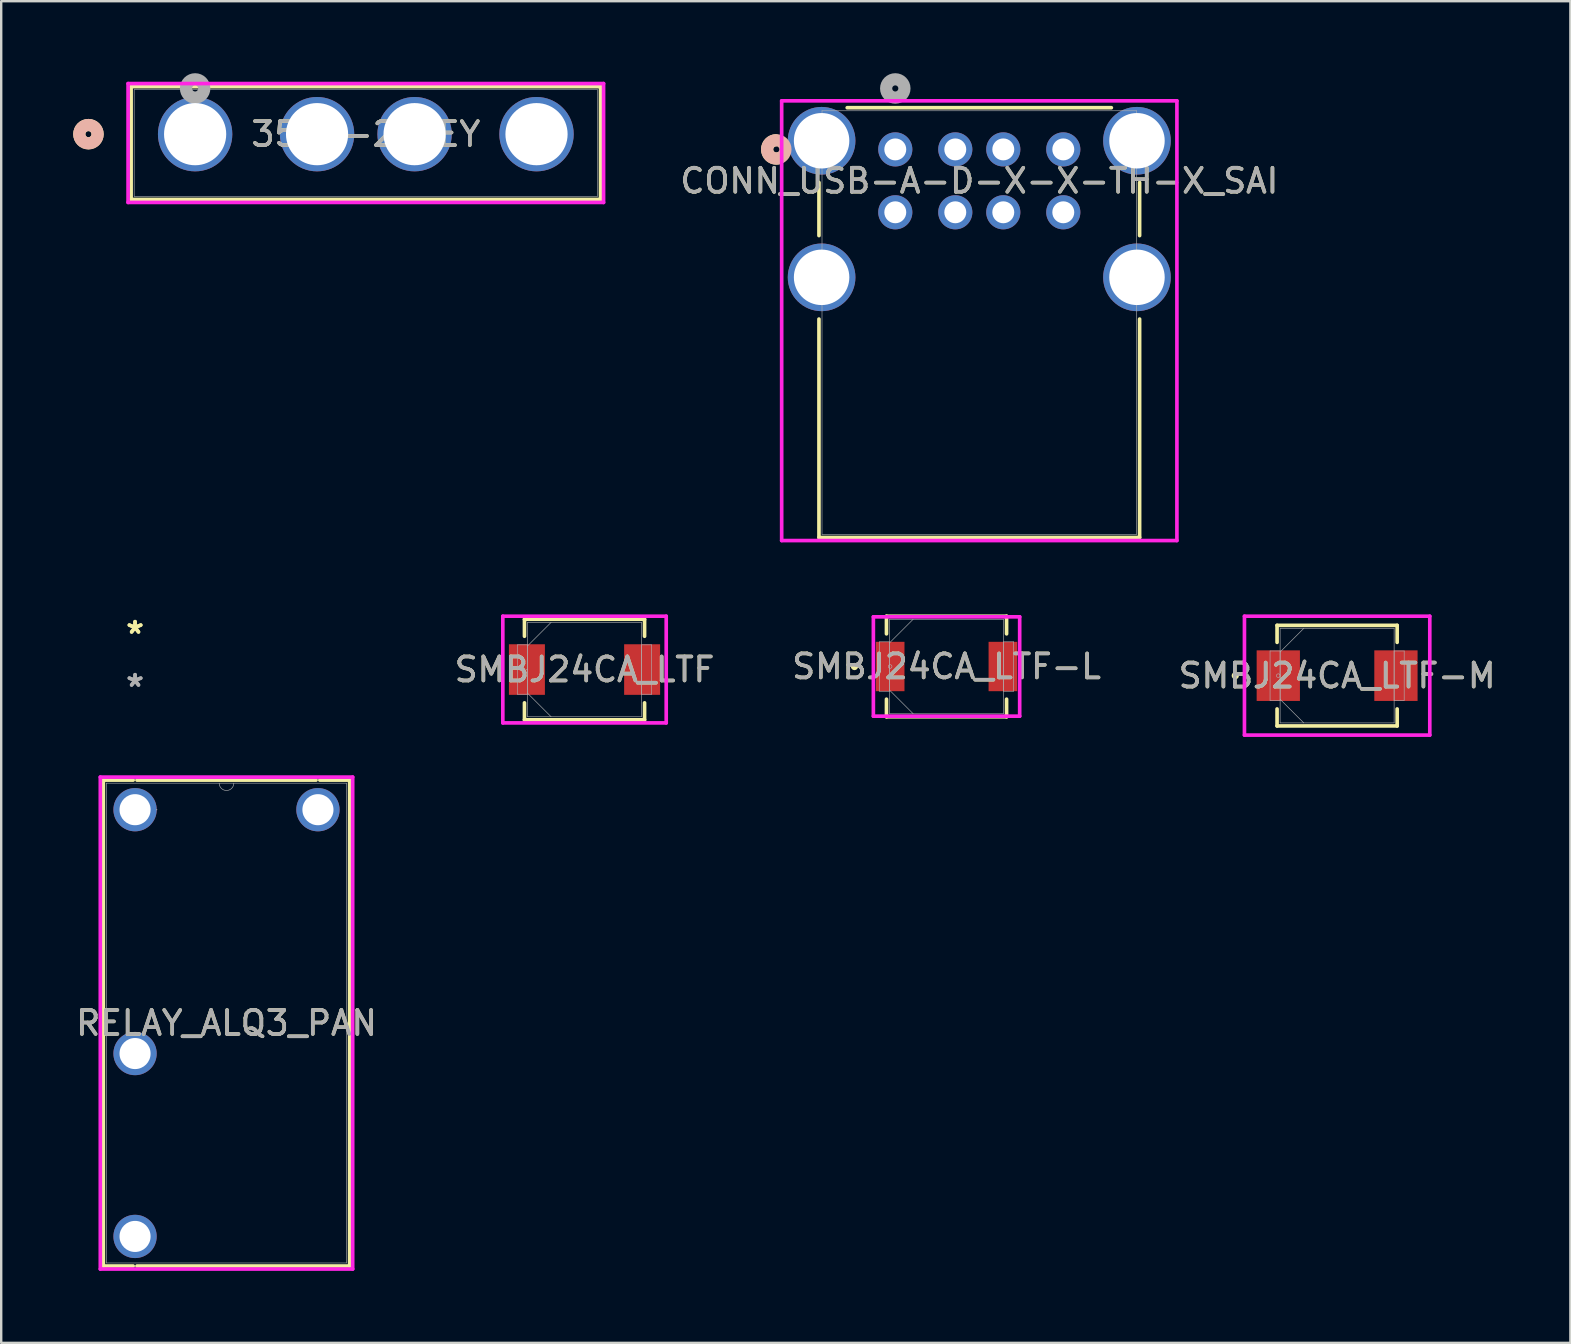
<source format=kicad_pcb>
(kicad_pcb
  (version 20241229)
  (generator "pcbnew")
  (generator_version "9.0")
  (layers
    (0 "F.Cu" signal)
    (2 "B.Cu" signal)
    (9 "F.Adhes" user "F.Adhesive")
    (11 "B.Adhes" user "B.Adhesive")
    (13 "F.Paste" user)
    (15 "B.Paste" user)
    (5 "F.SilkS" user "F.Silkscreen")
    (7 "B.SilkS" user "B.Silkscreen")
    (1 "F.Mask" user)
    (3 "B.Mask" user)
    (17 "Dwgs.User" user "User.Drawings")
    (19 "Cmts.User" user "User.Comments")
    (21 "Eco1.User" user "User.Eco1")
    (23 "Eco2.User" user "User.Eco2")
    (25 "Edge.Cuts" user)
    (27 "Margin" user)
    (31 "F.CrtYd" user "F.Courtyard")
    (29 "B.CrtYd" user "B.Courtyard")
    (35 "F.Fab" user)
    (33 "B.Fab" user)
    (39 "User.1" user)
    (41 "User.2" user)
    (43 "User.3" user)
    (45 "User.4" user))
  (footprint "3522-2_KEY"
    (layer "F.Cu")
    (at 5.08 2.54)
    (property "Reference" "3522-2_KEY" (at 7.112 0 0) (unlocked yes) (layer "F.SilkS") (effects (font (size 1 1) (thickness 0.15))))
    (attr through_hole)
    (fp_line (start -2.667 -1.981) (end -2.667 2.718) (stroke (width 0.152) (type solid)) (layer "F.SilkS"))
    (fp_line (start -2.667 2.718) (end 16.891 2.718) (stroke (width 0.152) (type solid)) (layer "F.SilkS"))
    (fp_line (start 16.891 -1.981) (end -2.667 -1.981) (stroke (width 0.152) (type solid)) (layer "F.SilkS"))
    (fp_line (start 16.891 2.718) (end 16.891 -1.981) (stroke (width 0.152) (type solid)) (layer "F.SilkS"))
    (fp_circle (center -4.445 0) (end -4.064 0) (stroke (width 0.508) (type solid)) (fill no) (layer "F.SilkS"))
    (fp_circle (center -4.445 0) (end -4.064 0) (stroke (width 0.508) (type solid)) (fill no) (layer "B.SilkS"))
    (fp_line (start -2.794 -2.108) (end -2.794 2.845) (stroke (width 0.152) (type solid)) (layer "F.CrtYd"))
    (fp_line (start -2.794 2.845) (end 17.018 2.845) (stroke (width 0.152) (type solid)) (layer "F.CrtYd"))
    (fp_line (start 17.018 -2.108) (end -2.794 -2.108) (stroke (width 0.152) (type solid)) (layer "F.CrtYd"))
    (fp_line (start 17.018 2.845) (end 17.018 -2.108) (stroke (width 0.152) (type solid)) (layer "F.CrtYd"))
    (fp_line (start -2.54 -1.854) (end -2.54 2.591) (stroke (width 0.025) (type solid)) (layer "F.Fab"))
    (fp_line (start -2.54 2.591) (end 16.764 2.591) (stroke (width 0.025) (type solid)) (layer "F.Fab"))
    (fp_line (start 16.764 -1.854) (end -2.54 -1.854) (stroke (width 0.025) (type solid)) (layer "F.Fab"))
    (fp_line (start 16.764 2.591) (end 16.764 -1.854) (stroke (width 0.025) (type solid)) (layer "F.Fab"))
    (fp_circle (center 0 -1.905) (end 0.381 -1.905) (stroke (width 0.508) (type solid)) (fill no) (layer "F.Fab"))
    (fp_text user "${REFERENCE}" (at 7.112 0 0) (unlocked yes) (layer "F.Fab") (effects (font (size 1 1) (thickness 0.15))))
    (pad "1" thru_hole circle (at 0 0) (size 3.099 3.099) (drill 2.591) (layers "*.Cu" "*.Mask"))
    (pad "2" thru_hole circle (at 5.08 0) (size 3.099 3.099) (drill 2.591) (layers "*.Cu" "*.Mask"))
    (pad "3" thru_hole circle (at 9.144 0) (size 3.099 3.099) (drill 2.591) (layers "*.Cu" "*.Mask"))
    (pad "4" thru_hole circle (at 14.224 0) (size 3.099 3.099) (drill 2.591) (layers "*.Cu" "*.Mask")))
  (footprint "SMBJ24CA_LTF"
    (layer "F.Cu")
    (at 21.304 24.847)
    (property "Reference" "SMBJ24CA_LTF" (at 0 0 0) (unlocked yes) (layer "F.SilkS") (effects (font (size 1 1) (thickness 0.15))))
    (attr smd)
    (fp_line (start -2.502 -2.095) (end -2.502 -1.387) (stroke (width 0.152) (type solid)) (layer "F.SilkS"))
    (fp_line (start -2.502 1.387) (end -2.502 2.095) (stroke (width 0.152) (type solid)) (layer "F.SilkS"))
    (fp_line (start -2.502 2.095) (end 2.502 2.095) (stroke (width 0.152) (type solid)) (layer "F.SilkS"))
    (fp_line (start 2.502 -2.095) (end -2.502 -2.095) (stroke (width 0.152) (type solid)) (layer "F.SilkS"))
    (fp_line (start 2.502 -1.387) (end 2.502 -2.095) (stroke (width 0.152) (type solid)) (layer "F.SilkS"))
    (fp_line (start 2.502 2.095) (end 2.502 1.387) (stroke (width 0.152) (type solid)) (layer "F.SilkS"))
    (fp_line (start -3.404 -2.223) (end 3.404 -2.223) (stroke (width 0.152) (type solid)) (layer "F.CrtYd"))
    (fp_line (start -3.404 2.223) (end -3.404 -2.223) (stroke (width 0.152) (type solid)) (layer "F.CrtYd"))
    (fp_line (start 3.404 -2.223) (end 3.404 2.223) (stroke (width 0.152) (type solid)) (layer "F.CrtYd"))
    (fp_line (start 3.404 2.223) (end -3.404 2.223) (stroke (width 0.152) (type solid)) (layer "F.CrtYd"))
    (fp_line (start -2.794 -1.029) (end -2.794 1.029) (stroke (width 0.025) (type solid)) (layer "F.Fab"))
    (fp_line (start -2.794 1.029) (end -2.375 1.029) (stroke (width 0.025) (type solid)) (layer "F.Fab"))
    (fp_line (start -2.375 -1.968) (end -2.375 1.968) (stroke (width 0.025) (type solid)) (layer "F.Fab"))
    (fp_line (start -2.375 -1.029) (end -2.794 -1.029) (stroke (width 0.025) (type solid)) (layer "F.Fab"))
    (fp_line (start -2.375 -0.984) (end -1.391 -1.968) (stroke (width 0.025) (type solid)) (layer "F.Fab"))
    (fp_line (start -2.375 0.984) (end -1.391 1.968) (stroke (width 0.025) (type solid)) (layer "F.Fab"))
    (fp_line (start -2.375 1.029) (end -2.375 -1.029) (stroke (width 0.025) (type solid)) (layer "F.Fab"))
    (fp_line (start -2.375 1.968) (end 2.375 1.968) (stroke (width 0.025) (type solid)) (layer "F.Fab"))
    (fp_line (start 2.375 -1.968) (end -2.375 -1.968) (stroke (width 0.025) (type solid)) (layer "F.Fab"))
    (fp_line (start 2.375 -1.029) (end 2.375 1.029) (stroke (width 0.025) (type solid)) (layer "F.Fab"))
    (fp_line (start 2.375 1.029) (end 2.794 1.029) (stroke (width 0.025) (type solid)) (layer "F.Fab"))
    (fp_line (start 2.375 1.968) (end 2.375 -1.968) (stroke (width 0.025) (type solid)) (layer "F.Fab"))
    (fp_line (start 2.794 -1.029) (end 2.375 -1.029) (stroke (width 0.025) (type solid)) (layer "F.Fab"))
    (fp_line (start 2.794 1.029) (end 2.794 -1.029) (stroke (width 0.025) (type solid)) (layer "F.Fab"))
    (fp_circle (center -2.4 0) (end -2.4 0) (stroke (width 0.025) (type solid)) (fill no) (layer "F.Fab"))
    (fp_text user "${REFERENCE}" (at 0 0 0) (unlocked yes) (layer "F.Fab") (effects (font (size 1 1) (thickness 0.15))))
    (pad "1" smd rect (at -2.4 0) (size 1.499 2.108) (layers "F.Cu" "F.Mask" "F.Paste"))
    (pad "2" smd rect (at 2.4 0) (size 1.499 2.108) (layers "F.Cu" "F.Mask" "F.Paste"))
    (zone (net_name "") (layer "F.Cu") (hatch full 0.508) (connect_pads) (min_thickness 0.254) (filled_areas_thickness no) (keepout (tracks not_allowed) (vias not_allowed) (pads allowed) (copperpour not_allowed) (footprints allowed)) (placement (enabled no)) (fill) (polygon (pts (xy 19.703 22.929) (xy 22.904 22.929) (xy 22.904 26.765) (xy 19.703 26.765)))))
  (footprint "CONN_USB-A-D-X-X-TH-X_SAI"
    (layer "F.Cu")
    (at 34.252 3.175)
    (property "Reference" "CONN_USB-A-D-X-X-TH-X_SAI" (at 3.5 1.31 0) (unlocked yes) (layer "F.SilkS") (effects (font (size 1 1) (thickness 0.15))))
    (attr through_hole)
    (fp_line (start -3.18 1.379) (end -3.18 3.591) (stroke (width 0.152) (type solid)) (layer "F.SilkS"))
    (fp_line (start -3.18 7.069) (end -3.18 16.17) (stroke (width 0.152) (type solid)) (layer "F.SilkS"))
    (fp_line (start -3.18 16.17) (end 10.18 16.17) (stroke (width 0.152) (type solid)) (layer "F.SilkS"))
    (fp_line (start 9.003 -1.737) (end -2.003 -1.737) (stroke (width 0.152) (type solid)) (layer "F.SilkS"))
    (fp_line (start 10.18 3.591) (end 10.18 1.379) (stroke (width 0.152) (type solid)) (layer "F.SilkS"))
    (fp_line (start 10.18 16.17) (end 10.18 7.069) (stroke (width 0.152) (type solid)) (layer "F.SilkS"))
    (fp_arc (start -4.848373 0.364827) (mid -5.332476 0.071268) (end -4.990135 -0.379659) (stroke (width 0.508) (type solid)) (layer "F.SilkS"))
    (fp_circle (center -4.958 0) (end -4.577 0) (stroke (width 0.508) (type solid)) (fill no) (layer "B.SilkS"))
    (fp_line (start -4.734 -2.023) (end -4.734 16.297) (stroke (width 0.152) (type solid)) (layer "F.CrtYd"))
    (fp_line (start -4.734 16.297) (end 11.734 16.297) (stroke (width 0.152) (type solid)) (layer "F.CrtYd"))
    (fp_line (start 11.734 -2.023) (end -4.734 -2.023) (stroke (width 0.152) (type solid)) (layer "F.CrtYd"))
    (fp_line (start 11.734 16.297) (end 11.734 -2.023) (stroke (width 0.152) (type solid)) (layer "F.CrtYd"))
    (fp_line (start -3.053 -1.61) (end -3.053 16.043) (stroke (width 0.025) (type solid)) (layer "F.Fab"))
    (fp_line (start -3.053 16.043) (end 10.053 16.043) (stroke (width 0.025) (type solid)) (layer "F.Fab"))
    (fp_line (start 10.053 -1.61) (end -3.053 -1.61) (stroke (width 0.025) (type solid)) (layer "F.Fab"))
    (fp_line (start 10.053 16.043) (end 10.053 -1.61) (stroke (width 0.025) (type solid)) (layer "F.Fab"))
    (fp_circle (center 0 -2.54) (end 0.381 -2.54) (stroke (width 0.508) (type solid)) (fill no) (layer "F.Fab"))
    (fp_text user "${REFERENCE}" (at 3.5 1.31 0) (unlocked yes) (layer "F.Fab") (effects (font (size 1 1) (thickness 0.15))))
    (pad "1" thru_hole circle (at 0 0) (size 1.422 1.422) (drill 0.914) (layers "*.Cu" "*.Mask"))
    (pad "2" thru_hole circle (at 2.5 0) (size 1.422 1.422) (drill 0.914) (layers "*.Cu" "*.Mask"))
    (pad "3" thru_hole circle (at 4.5 0) (size 1.422 1.422) (drill 0.914) (layers "*.Cu" "*.Mask"))
    (pad "4" thru_hole circle (at 7 0) (size 1.422 1.422) (drill 0.914) (layers "*.Cu" "*.Mask"))
    (pad "5" thru_hole circle (at 0 2.62) (size 1.422 1.422) (drill 0.914) (layers "*.Cu" "*.Mask"))
    (pad "6" thru_hole circle (at 2.5 2.62) (size 1.422 1.422) (drill 0.914) (layers "*.Cu" "*.Mask"))
    (pad "7" thru_hole circle (at 4.5 2.62) (size 1.422 1.422) (drill 0.914) (layers "*.Cu" "*.Mask"))
    (pad "8" thru_hole circle (at 7 2.62) (size 1.422 1.422) (drill 0.914) (layers "*.Cu" "*.Mask"))
    (pad "9" thru_hole circle (at -3.07 5.33 90) (size 2.819 2.819) (drill 2.311) (layers "*.Cu" "*.Mask"))
    (pad "10" thru_hole circle (at 10.07 5.33 90) (size 2.819 2.819) (drill 2.311) (layers "*.Cu" "*.Mask"))
    (pad "11" thru_hole circle (at -3.07 -0.36 90) (size 2.819 2.819) (drill 2.311) (layers "*.Cu" "*.Mask"))
    (pad "12" thru_hole circle (at 10.07 -0.36 90) (size 2.819 2.819) (drill 2.311) (layers "*.Cu" "*.Mask")))
  (footprint "RELAY_ALQ3_PAN"
    (layer "F.Cu")
    (at 2.577 30.686)
    (property "Reference" "RELAY_ALQ3_PAN" (at 3.81 8.89 0) (unlocked yes) (layer "F.SilkS") (effects (font (size 1 1) (thickness 0.15))))
    (attr through_hole)
    (fp_line (start -1.321 -1.232) (end -1.321 19.012) (stroke (width 0.152) (type solid)) (layer "F.SilkS"))
    (fp_line (start -1.321 19.012) (end -0.079 19.012) (stroke (width 0.152) (type solid)) (layer "F.SilkS"))
    (fp_line (start -0.079 -1.232) (end -1.321 -1.232) (stroke (width 0.152) (type solid)) (layer "F.SilkS"))
    (fp_line (start 0.079 19.012) (end 8.941 19.012) (stroke (width 0.152) (type solid)) (layer "F.SilkS"))
    (fp_line (start 7.541 -1.232) (end 0.079 -1.232) (stroke (width 0.152) (type solid)) (layer "F.SilkS"))
    (fp_line (start 8.941 -1.232) (end 7.699 -1.232) (stroke (width 0.152) (type solid)) (layer "F.SilkS"))
    (fp_line (start 8.941 19.012) (end 8.941 -1.232) (stroke (width 0.152) (type solid)) (layer "F.SilkS"))
    (fp_line (start -1.448 -1.359) (end 9.068 -1.359) (stroke (width 0.152) (type solid)) (layer "F.CrtYd"))
    (fp_line (start -1.448 19.139) (end -1.448 -1.359) (stroke (width 0.152) (type solid)) (layer "F.CrtYd"))
    (fp_line (start 9.068 -1.359) (end 9.068 19.139) (stroke (width 0.152) (type solid)) (layer "F.CrtYd"))
    (fp_line (start 9.068 19.139) (end -1.448 19.139) (stroke (width 0.152) (type solid)) (layer "F.CrtYd"))
    (fp_line (start -1.194 -1.105) (end -1.194 18.885) (stroke (width 0.025) (type solid)) (layer "F.Fab"))
    (fp_line (start -1.194 18.885) (end 8.814 18.885) (stroke (width 0.025) (type solid)) (layer "F.Fab"))
    (fp_line (start 8.814 -1.105) (end -1.194 -1.105) (stroke (width 0.025) (type solid)) (layer "F.Fab"))
    (fp_line (start 8.814 18.885) (end 8.814 -1.105) (stroke (width 0.025) (type solid)) (layer "F.Fab"))
    (fp_arc (start 4.1148 -1.1049) (mid 3.81 -0.8001) (end 3.5052 -1.1049) (stroke (width 0.0254) (type solid)) (layer "F.Fab"))
    (fp_circle (center 0.902 0) (end 0.902 0) (stroke (width 0.025) (type solid)) (fill no) (layer "F.Fab"))
    (fp_text user "*" (at 0 -7.29 0) (layer "F.SilkS") (effects (font (size 1 1) (thickness 0.15))))
    (fp_text user "*" (at 0 -7.29 0) (unlocked yes) (layer "F.SilkS") (effects (font (size 1 1) (thickness 0.15))))
    (fp_text user "${REFERENCE}" (at 3.81 8.89 0) (unlocked yes) (layer "F.Fab") (effects (font (size 1 1) (thickness 0.15))))
    (fp_text user "*" (at 0 -5.08 0) (unlocked yes) (layer "F.Fab") (effects (font (size 1 1) (thickness 0.15))))
    (fp_text user "*" (at 0 -5.08 0) (layer "F.Fab") (effects (font (size 1 1) (thickness 0.15))))
    (pad "1" thru_hole circle (at 0 0) (size 1.803 1.803) (drill 1.295) (layers "*.Cu" "*.Mask"))
    (pad "2" thru_hole circle (at 7.62 0) (size 1.803 1.803) (drill 1.295) (layers "*.Cu" "*.Mask"))
    (pad "3" thru_hole circle (at 0 10.16) (size 1.803 1.803) (drill 1.295) (layers "*.Cu" "*.Mask"))
    (pad "4" thru_hole circle (at 0 17.78) (size 1.803 1.803) (drill 1.295) (layers "*.Cu" "*.Mask")))
  (footprint "SMBJ24CA_LTF-L"
    (layer "F.Cu")
    (at 36.387 24.72)
    (property "Reference" "SMBJ24CA_LTF-L" (at 0 0 0) (unlocked yes) (layer "F.SilkS") (effects (font (size 1 1) (thickness 0.15))))
    (attr smd)
    (fp_line (start -2.502 -2.095) (end -2.502 -1.361) (stroke (width 0.152) (type solid)) (layer "F.SilkS"))
    (fp_line (start -2.502 1.361) (end -2.502 2.095) (stroke (width 0.152) (type solid)) (layer "F.SilkS"))
    (fp_line (start -2.502 2.095) (end 2.502 2.095) (stroke (width 0.152) (type solid)) (layer "F.SilkS"))
    (fp_line (start 2.502 -2.095) (end -2.502 -2.095) (stroke (width 0.152) (type solid)) (layer "F.SilkS"))
    (fp_line (start 2.502 -1.361) (end 2.502 -2.095) (stroke (width 0.152) (type solid)) (layer "F.SilkS"))
    (fp_line (start 2.502 2.095) (end 2.502 1.361) (stroke (width 0.152) (type solid)) (layer "F.SilkS"))
    (fp_circle (center -3.835 0) (end -3.759 0) (stroke (width 0.152) (type solid)) (fill no) (layer "F.SilkS"))
    (fp_line (start -3.048 -2.07) (end 3.048 -2.07) (stroke (width 0.152) (type solid)) (layer "F.CrtYd"))
    (fp_line (start -3.048 2.07) (end -3.048 -2.07) (stroke (width 0.152) (type solid)) (layer "F.CrtYd"))
    (fp_line (start 3.048 -2.07) (end 3.048 2.07) (stroke (width 0.152) (type solid)) (layer "F.CrtYd"))
    (fp_line (start 3.048 2.07) (end -3.048 2.07) (stroke (width 0.152) (type solid)) (layer "F.CrtYd"))
    (fp_line (start -2.794 -1.029) (end -2.794 1.029) (stroke (width 0.025) (type solid)) (layer "F.Fab"))
    (fp_line (start -2.794 1.029) (end -2.375 1.029) (stroke (width 0.025) (type solid)) (layer "F.Fab"))
    (fp_line (start -2.375 -1.968) (end -2.375 1.968) (stroke (width 0.025) (type solid)) (layer "F.Fab"))
    (fp_line (start -2.375 -1.029) (end -2.794 -1.029) (stroke (width 0.025) (type solid)) (layer "F.Fab"))
    (fp_line (start -2.375 -0.984) (end -1.391 -1.968) (stroke (width 0.025) (type solid)) (layer "F.Fab"))
    (fp_line (start -2.375 0.984) (end -1.391 1.968) (stroke (width 0.025) (type solid)) (layer "F.Fab"))
    (fp_line (start -2.375 1.029) (end -2.375 -1.029) (stroke (width 0.025) (type solid)) (layer "F.Fab"))
    (fp_line (start -2.375 1.968) (end 2.375 1.968) (stroke (width 0.025) (type solid)) (layer "F.Fab"))
    (fp_line (start 2.375 -1.968) (end -2.375 -1.968) (stroke (width 0.025) (type solid)) (layer "F.Fab"))
    (fp_line (start 2.375 -1.029) (end 2.375 1.029) (stroke (width 0.025) (type solid)) (layer "F.Fab"))
    (fp_line (start 2.375 1.029) (end 2.794 1.029) (stroke (width 0.025) (type solid)) (layer "F.Fab"))
    (fp_line (start 2.375 1.968) (end 2.375 -1.968) (stroke (width 0.025) (type solid)) (layer "F.Fab"))
    (fp_line (start 2.794 -1.029) (end 2.375 -1.029) (stroke (width 0.025) (type solid)) (layer "F.Fab"))
    (fp_line (start 2.794 1.029) (end 2.794 -1.029) (stroke (width 0.025) (type solid)) (layer "F.Fab"))
    (fp_circle (center -2.349 0) (end -2.273 0) (stroke (width 0.025) (type solid)) (fill no) (layer "F.Fab"))
    (fp_text user "${REFERENCE}" (at 0 0 0) (unlocked yes) (layer "F.Fab") (effects (font (size 1 1) (thickness 0.15))))
    (pad "1" smd rect (at -2.349 0) (size 1.194 2.057) (layers "F.Cu" "F.Mask" "F.Paste"))
    (pad "2" smd rect (at 2.349 0) (size 1.194 2.057) (layers "F.Cu" "F.Mask" "F.Paste"))
    (zone (net_name "") (layer "F.Cu") (hatch full 0.508) (connect_pads) (min_thickness 0.254) (filled_areas_thickness no) (keepout (tracks not_allowed) (vias not_allowed) (pads allowed) (copperpour not_allowed) (footprints allowed)) (placement (enabled no)) (fill) (polygon (pts (xy 34.685 22.802) (xy 38.089 22.802) (xy 38.089 26.638) (xy 34.685 26.638)))))
  (footprint "SMBJ24CA_LTF-M"
    (layer "F.Cu")
    (at 52.661 25.101)
    (property "Reference" "SMBJ24CA_LTF-M" (at 0 0 0) (unlocked yes) (layer "F.SilkS") (effects (font (size 1 1) (thickness 0.15))))
    (attr smd)
    (fp_line (start -2.502 -2.095) (end -2.502 -1.387) (stroke (width 0.152) (type solid)) (layer "F.SilkS"))
    (fp_line (start -2.502 1.387) (end -2.502 2.095) (stroke (width 0.152) (type solid)) (layer "F.SilkS"))
    (fp_line (start -2.502 2.095) (end 2.502 2.095) (stroke (width 0.152) (type solid)) (layer "F.SilkS"))
    (fp_line (start 2.502 -2.095) (end -2.502 -2.095) (stroke (width 0.152) (type solid)) (layer "F.SilkS"))
    (fp_line (start 2.502 -1.387) (end 2.502 -2.095) (stroke (width 0.152) (type solid)) (layer "F.SilkS"))
    (fp_line (start 2.502 2.095) (end 2.502 1.387) (stroke (width 0.152) (type solid)) (layer "F.SilkS"))
    (fp_circle (center -4.242 0) (end -4.166 0) (stroke (width 0.152) (type solid)) (fill no) (layer "F.SilkS"))
    (fp_line (start -3.861 -2.477) (end 3.861 -2.477) (stroke (width 0.152) (type solid)) (layer "F.CrtYd"))
    (fp_line (start -3.861 2.477) (end -3.861 -2.477) (stroke (width 0.152) (type solid)) (layer "F.CrtYd"))
    (fp_line (start 3.861 -2.477) (end 3.861 2.477) (stroke (width 0.152) (type solid)) (layer "F.CrtYd"))
    (fp_line (start 3.861 2.477) (end -3.861 2.477) (stroke (width 0.152) (type solid)) (layer "F.CrtYd"))
    (fp_line (start -2.794 -1.029) (end -2.794 1.029) (stroke (width 0.025) (type solid)) (layer "F.Fab"))
    (fp_line (start -2.794 1.029) (end -2.375 1.029) (stroke (width 0.025) (type solid)) (layer "F.Fab"))
    (fp_line (start -2.375 -1.968) (end -2.375 1.968) (stroke (width 0.025) (type solid)) (layer "F.Fab"))
    (fp_line (start -2.375 -1.029) (end -2.794 -1.029) (stroke (width 0.025) (type solid)) (layer "F.Fab"))
    (fp_line (start -2.375 -0.984) (end -1.391 -1.968) (stroke (width 0.025) (type solid)) (layer "F.Fab"))
    (fp_line (start -2.375 0.984) (end -1.391 1.968) (stroke (width 0.025) (type solid)) (layer "F.Fab"))
    (fp_line (start -2.375 1.029) (end -2.375 -1.029) (stroke (width 0.025) (type solid)) (layer "F.Fab"))
    (fp_line (start -2.375 1.968) (end 2.375 1.968) (stroke (width 0.025) (type solid)) (layer "F.Fab"))
    (fp_line (start 2.375 -1.968) (end -2.375 -1.968) (stroke (width 0.025) (type solid)) (layer "F.Fab"))
    (fp_line (start 2.375 -1.029) (end 2.375 1.029) (stroke (width 0.025) (type solid)) (layer "F.Fab"))
    (fp_line (start 2.375 1.029) (end 2.794 1.029) (stroke (width 0.025) (type solid)) (layer "F.Fab"))
    (fp_line (start 2.375 1.968) (end 2.375 -1.968) (stroke (width 0.025) (type solid)) (layer "F.Fab"))
    (fp_line (start 2.794 -1.029) (end 2.375 -1.029) (stroke (width 0.025) (type solid)) (layer "F.Fab"))
    (fp_line (start 2.794 1.029) (end 2.794 -1.029) (stroke (width 0.025) (type solid)) (layer "F.Fab"))
    (fp_circle (center -2.451 0) (end -2.375 0) (stroke (width 0.025) (type solid)) (fill no) (layer "F.Fab"))
    (fp_text user "${REFERENCE}" (at 0 0 0) (unlocked yes) (layer "F.Fab") (effects (font (size 1 1) (thickness 0.15))))
    (pad "1" smd rect (at -2.451 0) (size 1.803 2.108) (layers "F.Cu" "F.Mask" "F.Paste"))
    (pad "2" smd rect (at 2.451 0) (size 1.803 2.108) (layers "F.Cu" "F.Mask" "F.Paste"))
    (zone (net_name "") (layer "F.Cu") (hatch full 0.508) (connect_pads) (min_thickness 0.254) (filled_areas_thickness no) (keepout (tracks not_allowed) (vias not_allowed) (pads allowed) (copperpour not_allowed) (footprints allowed)) (placement (enabled no)) (fill) (polygon (pts (xy 51.162 23.183) (xy 54.159 23.183) (xy 54.159 27.019) (xy 51.162 27.019)))))
  (gr_rect
    (start -3 -3)
    (end 62.381 52.901)
    (stroke (width 0.1) (type default))
    (fill no)
    (layer "Edge.Cuts")))
</source>
